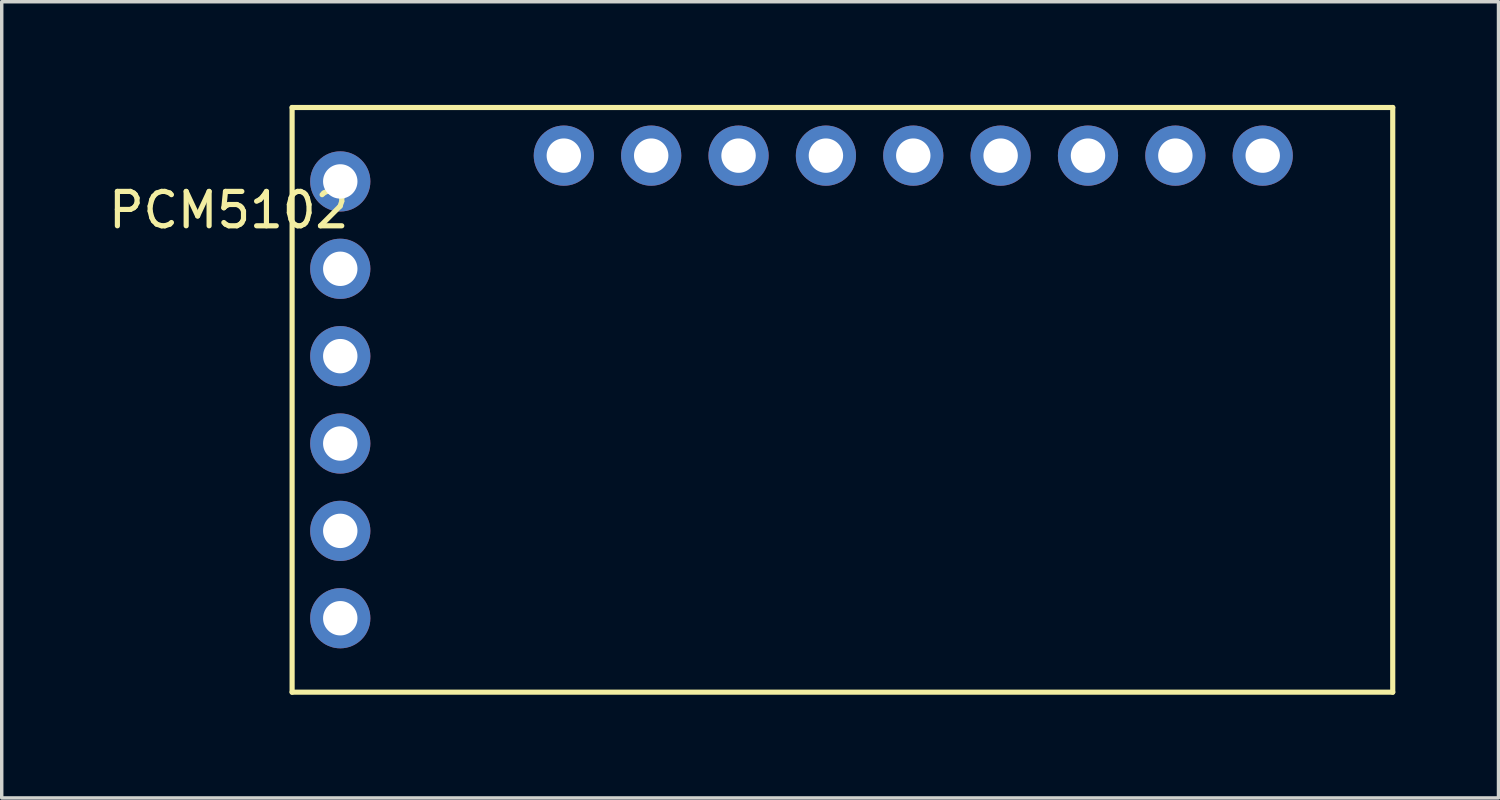
<source format=kicad_pcb>
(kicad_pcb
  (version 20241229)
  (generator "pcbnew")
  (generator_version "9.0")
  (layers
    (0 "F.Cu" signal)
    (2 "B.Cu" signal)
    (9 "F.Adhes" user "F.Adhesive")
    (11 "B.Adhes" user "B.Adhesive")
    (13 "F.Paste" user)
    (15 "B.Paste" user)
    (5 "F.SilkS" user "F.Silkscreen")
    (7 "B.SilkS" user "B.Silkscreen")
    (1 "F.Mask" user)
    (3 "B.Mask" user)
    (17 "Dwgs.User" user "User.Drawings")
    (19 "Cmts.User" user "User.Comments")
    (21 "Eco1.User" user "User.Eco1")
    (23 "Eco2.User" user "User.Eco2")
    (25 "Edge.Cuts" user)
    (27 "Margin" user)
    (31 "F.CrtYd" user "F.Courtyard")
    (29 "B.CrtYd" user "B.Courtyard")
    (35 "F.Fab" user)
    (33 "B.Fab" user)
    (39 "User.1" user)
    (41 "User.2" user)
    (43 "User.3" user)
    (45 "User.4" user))
  (footprint "PCM5102"
    (layer "F.Cu")
    (at 13.343 1.475)
    (property "Reference" "PCM5102" (at -9.742 1.585 0) (layer "F.SilkS") (effects (font (size 1 1) (thickness 0.15))))
    (attr through_hole)
    (fp_line (start -7.9 -1.4) (end -7.9 15.6) (stroke (width 0.15) (type solid)) (layer "F.SilkS"))
    (fp_line (start -7.9 15.6) (end 24.1 15.6) (stroke (width 0.15) (type solid)) (layer "F.SilkS"))
    (fp_line (start 24.1 -1.4) (end -7.9 -1.4) (stroke (width 0.15) (type solid)) (layer "F.SilkS"))
    (fp_line (start 24.1 -1.4) (end 24.1 15.6) (stroke (width 0.15) (type solid)) (layer "F.SilkS"))
    (pad "1" thru_hole circle (at -6.5 13.45) (size 1.75 1.75) (drill 1) (layers "*.Cu" "*.Mask"))
    (pad "2" thru_hole circle (at -6.5 10.91) (size 1.75 1.75) (drill 1) (layers "*.Cu" "*.Mask"))
    (pad "3" thru_hole circle (at -6.5 8.37) (size 1.75 1.75) (drill 1) (layers "*.Cu" "*.Mask"))
    (pad "4" thru_hole circle (at -6.5 5.83) (size 1.75 1.75) (drill 1) (layers "*.Cu" "*.Mask"))
    (pad "5" thru_hole circle (at -6.5 3.29) (size 1.75 1.75) (drill 1) (layers "*.Cu" "*.Mask"))
    (pad "6" thru_hole circle (at -6.5 0.75) (size 1.75 1.75) (drill 1) (layers "*.Cu" "*.Mask"))
    (pad "7" thru_hole circle (at 0 0) (size 1.75 1.75) (drill 1) (layers "*.Cu" "*.Mask"))
    (pad "8" thru_hole circle (at 2.54 0) (size 1.75 1.75) (drill 1) (layers "*.Cu" "*.Mask"))
    (pad "9" thru_hole circle (at 5.08 0) (size 1.75 1.75) (drill 1) (layers "*.Cu" "*.Mask"))
    (pad "10" thru_hole circle (at 7.62 0) (size 1.75 1.75) (drill 1) (layers "*.Cu" "*.Mask"))
    (pad "11" thru_hole circle (at 10.16 0) (size 1.75 1.75) (drill 1) (layers "*.Cu" "*.Mask"))
    (pad "12" thru_hole circle (at 12.7 0) (size 1.75 1.75) (drill 1) (layers "*.Cu" "*.Mask"))
    (pad "13" thru_hole circle (at 15.24 0) (size 1.75 1.75) (drill 1) (layers "*.Cu" "*.Mask"))
    (pad "14" thru_hole circle (at 17.78 0) (size 1.75 1.75) (drill 1) (layers "*.Cu" "*.Mask"))
    (pad "15" thru_hole circle (at 20.32 0) (size 1.75 1.75) (drill 1) (layers "*.Cu" "*.Mask")))
  (gr_rect
    (start -3 -3)
    (end 40.518 20.15)
    (stroke (width 0.1) (type default))
    (fill no)
    (layer "Edge.Cuts")))
</source>
